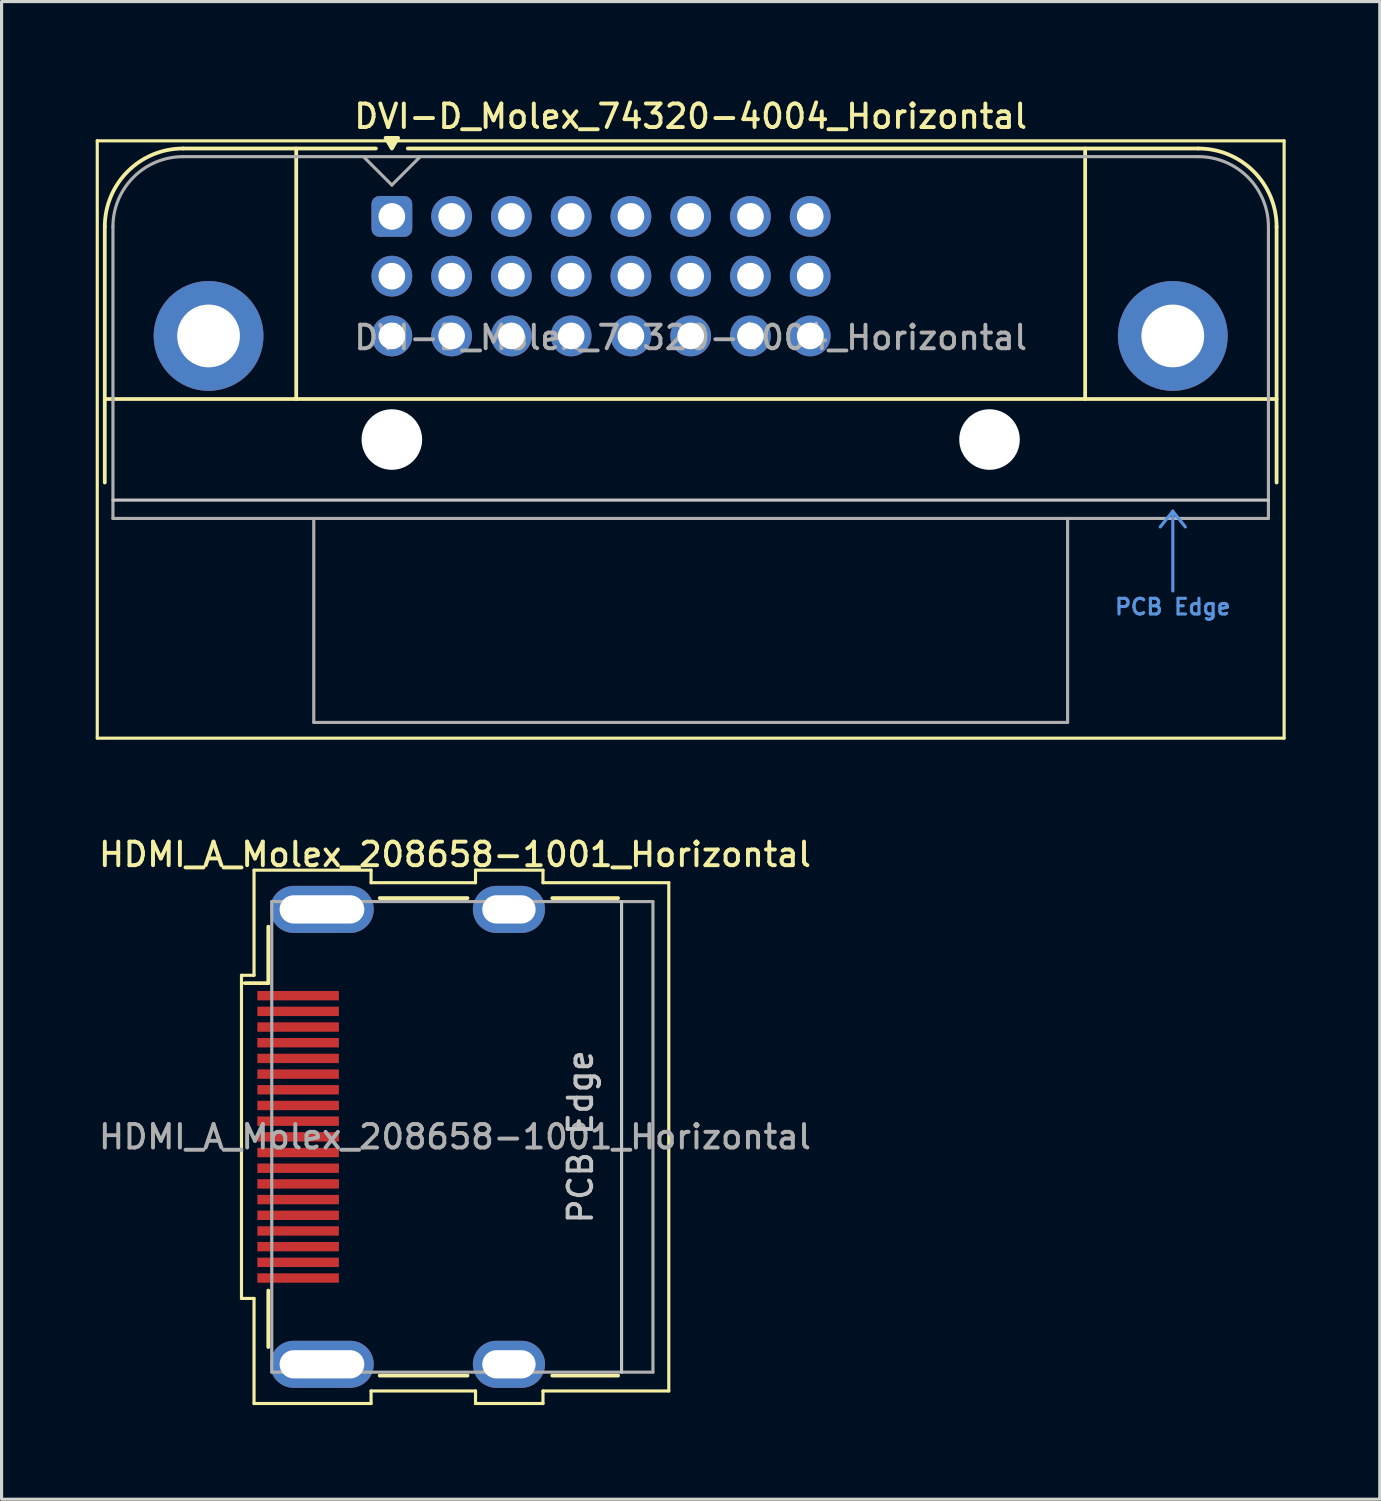
<source format=kicad_pcb>
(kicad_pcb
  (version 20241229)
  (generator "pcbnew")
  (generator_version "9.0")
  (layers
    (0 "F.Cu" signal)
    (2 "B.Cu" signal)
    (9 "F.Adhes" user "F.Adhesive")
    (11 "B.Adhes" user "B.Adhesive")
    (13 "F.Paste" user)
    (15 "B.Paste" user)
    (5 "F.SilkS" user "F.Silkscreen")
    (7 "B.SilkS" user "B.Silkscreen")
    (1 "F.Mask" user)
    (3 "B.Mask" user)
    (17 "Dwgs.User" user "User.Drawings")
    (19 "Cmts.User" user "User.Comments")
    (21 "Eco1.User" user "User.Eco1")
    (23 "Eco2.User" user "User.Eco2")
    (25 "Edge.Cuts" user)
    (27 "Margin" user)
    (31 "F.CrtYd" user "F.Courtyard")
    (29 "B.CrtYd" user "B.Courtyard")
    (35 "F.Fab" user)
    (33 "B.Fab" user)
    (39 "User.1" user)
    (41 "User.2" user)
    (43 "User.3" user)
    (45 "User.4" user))
  (footprint "DVI-D_Molex_74320-4004_Horizontal"
    (layer "F.Cu")
    (at 9.44 3.848)
    (property "Reference" "DVI-D_Molex_74320-4004_Horizontal" (at 9.525 -3.19 0) (layer "F.SilkS") (effects (font (size 0.75 0.75) (thickness 0.125))))
    (attr through_hole)
    (fp_line (start -9.39 -2.41) (end 28.44 -2.41) (stroke (width 0.1) (type solid)) (layer "F.SilkS"))
    (fp_line (start -9.39 16.63) (end -9.39 -2.41) (stroke (width 0.1) (type solid)) (layer "F.SilkS"))
    (fp_line (start -9.15 0.33) (end -9.15 8.482) (stroke (width 0.12) (type solid)) (layer "F.SilkS"))
    (fp_line (start -9.15 5.82) (end 28.2 5.82) (stroke (width 0.12) (type default)) (layer "F.SilkS"))
    (fp_line (start -6.655 -2.165) (end -0.508 -2.165) (stroke (width 0.12) (type solid)) (layer "F.SilkS"))
    (fp_line (start -3.048 -2.163) (end -3.048 5.82) (stroke (width 0.12) (type solid)) (layer "F.SilkS"))
    (fp_line (start 0.508 -2.165) (end 25.705 -2.165) (stroke (width 0.12) (type solid)) (layer "F.SilkS"))
    (fp_line (start 22.098 -2.165) (end 22.098 5.82) (stroke (width 0.12) (type solid)) (layer "F.SilkS"))
    (fp_line (start 28.2 0.33) (end 28.2 8.482) (stroke (width 0.12) (type solid)) (layer "F.SilkS"))
    (fp_line (start 28.44 -2.41) (end 28.44 16.63) (stroke (width 0.1) (type solid)) (layer "F.SilkS"))
    (fp_line (start 28.44 16.63) (end -9.39 16.63) (stroke (width 0.1) (type solid)) (layer "F.SilkS"))
    (fp_arc (start -9.15 0.3302) (mid -8.419173 -1.434173) (end -6.6548 -2.165) (stroke (width 0.12) (type solid)) (layer "F.SilkS"))
    (fp_arc (start 25.7048 -2.165) (mid 27.469173 -1.434173) (end 28.2 0.3302) (stroke (width 0.12) (type solid)) (layer "F.SilkS"))
    (fp_poly (pts (xy 0 -2.164) (xy -0.2 -2.504) (xy 0.2 -2.504) (xy 0 -2.164)) (stroke (width 0.12) (type solid)) (fill yes) (layer "F.SilkS"))
    (fp_line (start -8.89 9.042) (end 27.94 9.042) (stroke (width 0.1) (type default)) (layer "Dwgs.User"))
    (fp_line (start 24.492 9.898) (end 24.892 9.398) (stroke (width 0.1) (type default)) (layer "Cmts.User"))
    (fp_line (start 24.892 9.398) (end 24.892 11.938) (stroke (width 0.1) (type default)) (layer "Cmts.User"))
    (fp_line (start 24.892 9.398) (end 25.292 9.898) (stroke (width 0.1) (type default)) (layer "Cmts.User"))
    (fp_line (start -8.89 0.33) (end -8.89 9.627) (stroke (width 0.1) (type solid)) (layer "F.Fab"))
    (fp_line (start -8.89 9.627) (end 27.94 9.627) (stroke (width 0.1) (type solid)) (layer "F.Fab"))
    (fp_line (start -6.655 -1.905) (end 25.705 -1.905) (stroke (width 0.1) (type default)) (layer "F.Fab"))
    (fp_line (start -2.489 16.129) (end -2.489 9.627) (stroke (width 0.1) (type solid)) (layer "F.Fab"))
    (fp_line (start -2.489 16.129) (end 21.539 16.129) (stroke (width 0.1) (type solid)) (layer "F.Fab"))
    (fp_line (start 0 -1) (end -0.9 -1.9) (stroke (width 0.1) (type default)) (layer "F.Fab"))
    (fp_line (start 0.9 -1.9) (end 0 -1) (stroke (width 0.1) (type default)) (layer "F.Fab"))
    (fp_line (start 21.539 16.129) (end 21.539 9.627) (stroke (width 0.1) (type solid)) (layer "F.Fab"))
    (fp_line (start 27.94 9.627) (end 27.94 0.33) (stroke (width 0.1) (type solid)) (layer "F.Fab"))
    (fp_arc (start -8.89 0.3302) (mid -8.235325 -1.250325) (end -6.6548 -1.905) (stroke (width 0.1) (type default)) (layer "F.Fab"))
    (fp_arc (start 25.7048 -1.905) (mid 27.285325 -1.250325) (end 27.94 0.3302) (stroke (width 0.1) (type default)) (layer "F.Fab"))
    (fp_text user "PCB Edge" (at 24.892 12.446 0) (unlocked yes) (layer "Cmts.User") (effects (font (size 0.5 0.5) (thickness 0.1) (bold yes))))
    (fp_text user "${REFERENCE}" (at 9.525 3.861 0) (layer "F.Fab") (effects (font (size 0.75 0.75) (thickness 0.125))))
    (pad "" np_thru_hole circle (at 0 7.112) (size 1.93 1.93) (drill 1.93) (layers "*.Cu" "*.Mask"))
    (pad "" np_thru_hole circle (at 19.05 7.112) (size 1.93 1.93) (drill 1.93) (layers "*.Cu" "*.Mask"))
    (pad "1" thru_hole roundrect (at 0 0) (size 1.3 1.3) (drill 0.85) (layers "*.Cu" "*.Mask") (roundrect_rratio 0.192))
    (pad "2" thru_hole circle (at 1.905 0) (size 1.3 1.3) (drill 0.85) (layers "*.Cu" "*.Mask"))
    (pad "3" thru_hole circle (at 3.81 0) (size 1.3 1.3) (drill 0.85) (layers "*.Cu" "*.Mask"))
    (pad "4" thru_hole circle (at 5.715 0) (size 1.3 1.3) (drill 0.85) (layers "*.Cu" "*.Mask"))
    (pad "5" thru_hole circle (at 7.62 0) (size 1.3 1.3) (drill 0.85) (layers "*.Cu" "*.Mask"))
    (pad "6" thru_hole circle (at 9.525 0) (size 1.3 1.3) (drill 0.85) (layers "*.Cu" "*.Mask"))
    (pad "7" thru_hole circle (at 11.43 0) (size 1.3 1.3) (drill 0.85) (layers "*.Cu" "*.Mask"))
    (pad "8" thru_hole circle (at 13.335 0) (size 1.3 1.3) (drill 0.85) (layers "*.Cu" "*.Mask"))
    (pad "9" thru_hole circle (at 0 1.905) (size 1.3 1.3) (drill 0.85) (layers "*.Cu" "*.Mask"))
    (pad "10" thru_hole circle (at 1.905 1.905) (size 1.3 1.3) (drill 0.85) (layers "*.Cu" "*.Mask"))
    (pad "11" thru_hole circle (at 3.81 1.905) (size 1.3 1.3) (drill 0.85) (layers "*.Cu" "*.Mask"))
    (pad "12" thru_hole circle (at 5.715 1.905) (size 1.3 1.3) (drill 0.85) (layers "*.Cu" "*.Mask"))
    (pad "13" thru_hole circle (at 7.62 1.905) (size 1.3 1.3) (drill 0.85) (layers "*.Cu" "*.Mask"))
    (pad "14" thru_hole circle (at 9.525 1.905) (size 1.3 1.3) (drill 0.85) (layers "*.Cu" "*.Mask"))
    (pad "15" thru_hole circle (at 11.43 1.905) (size 1.3 1.3) (drill 0.85) (layers "*.Cu" "*.Mask"))
    (pad "16" thru_hole circle (at 13.335 1.905) (size 1.3 1.3) (drill 0.85) (layers "*.Cu" "*.Mask"))
    (pad "17" thru_hole circle (at 0 3.81) (size 1.3 1.3) (drill 0.85) (layers "*.Cu" "*.Mask"))
    (pad "18" thru_hole circle (at 1.905 3.81) (size 1.3 1.3) (drill 0.85) (layers "*.Cu" "*.Mask"))
    (pad "19" thru_hole circle (at 3.81 3.81) (size 1.3 1.3) (drill 0.85) (layers "*.Cu" "*.Mask"))
    (pad "20" thru_hole circle (at 5.715 3.81) (size 1.3 1.3) (drill 0.85) (layers "*.Cu" "*.Mask"))
    (pad "21" thru_hole circle (at 7.62 3.81) (size 1.3 1.3) (drill 0.85) (layers "*.Cu" "*.Mask"))
    (pad "22" thru_hole circle (at 9.525 3.81) (size 1.3 1.3) (drill 0.85) (layers "*.Cu" "*.Mask"))
    (pad "23" thru_hole circle (at 11.43 3.81) (size 1.3 1.3) (drill 0.85) (layers "*.Cu" "*.Mask"))
    (pad "24" thru_hole circle (at 13.335 3.81) (size 1.3 1.3) (drill 0.85) (layers "*.Cu" "*.Mask"))
    (pad "SH" thru_hole circle (at -5.842 3.81) (size 3.5 3.5) (drill 2) (layers "*.Cu" "*.Mask"))
    (pad "SH" thru_hole circle (at 24.892 3.81) (size 3.5 3.5) (drill 2) (layers "*.Cu" "*.Mask")))
  (footprint "HDMI_A_Molex_208658-1001_Horizontal"
    (layer "F.Cu")
    (at 9.737 33.186)
    (property "Reference" "HDMI_A_Molex_208658-1001_Horizontal" (at 1.715 -9 0) (layer "F.SilkS") (effects (font (size 0.75 0.75) (thickness 0.125))))
    (attr smd)
    (fp_line (start -5.09 5.15) (end -5.09 -5.15) (stroke (width 0.1) (type solid)) (layer "F.SilkS"))
    (fp_line (start -4.985 -4.9) (end -4.235 -4.9) (stroke (width 0.12) (type solid)) (layer "F.SilkS"))
    (fp_line (start -4.69 -5.15) (end -5.09 -5.15) (stroke (width 0.1) (type solid)) (layer "F.SilkS"))
    (fp_line (start -4.69 -5.15) (end -4.69 -8.5) (stroke (width 0.1) (type solid)) (layer "F.SilkS"))
    (fp_line (start -4.69 5.15) (end -5.09 5.15) (stroke (width 0.1) (type solid)) (layer "F.SilkS"))
    (fp_line (start -4.69 8.5) (end -4.69 5.15) (stroke (width 0.1) (type solid)) (layer "F.SilkS"))
    (fp_line (start -4.235 -4.9) (end -4.235 -6.7) (stroke (width 0.12) (type solid)) (layer "F.SilkS"))
    (fp_line (start -4.235 6.7) (end -4.235 4.9) (stroke (width 0.12) (type solid)) (layer "F.SilkS"))
    (fp_line (start -0.96 -8.5) (end -4.69 -8.5) (stroke (width 0.1) (type solid)) (layer "F.SilkS"))
    (fp_line (start -0.96 -8.1) (end -0.96 -8.5) (stroke (width 0.1) (type solid)) (layer "F.SilkS"))
    (fp_line (start -0.96 8.5) (end -4.69 8.5) (stroke (width 0.1) (type solid)) (layer "F.SilkS"))
    (fp_line (start -0.96 8.5) (end -0.96 8.1) (stroke (width 0.1) (type solid)) (layer "F.SilkS"))
    (fp_line (start -0.685 -7.61) (end 2.115 -7.61) (stroke (width 0.12) (type solid)) (layer "F.SilkS"))
    (fp_line (start -0.685 7.61) (end 2.115 7.61) (stroke (width 0.12) (type solid)) (layer "F.SilkS"))
    (fp_line (start 2.37 -8.1) (end -0.96 -8.1) (stroke (width 0.1) (type solid)) (layer "F.SilkS"))
    (fp_line (start 2.37 -8.1) (end 2.37 -8.5) (stroke (width 0.1) (type solid)) (layer "F.SilkS"))
    (fp_line (start 2.37 8.1) (end -0.96 8.1) (stroke (width 0.1) (type solid)) (layer "F.SilkS"))
    (fp_line (start 2.37 8.5) (end 2.37 8.1) (stroke (width 0.1) (type solid)) (layer "F.SilkS"))
    (fp_line (start 4.52 -8.5) (end 2.37 -8.5) (stroke (width 0.1) (type solid)) (layer "F.SilkS"))
    (fp_line (start 4.52 -8.1) (end 4.52 -8.5) (stroke (width 0.1) (type solid)) (layer "F.SilkS"))
    (fp_line (start 4.52 8.5) (end 2.37 8.5) (stroke (width 0.1) (type solid)) (layer "F.SilkS"))
    (fp_line (start 4.52 8.5) (end 4.52 8.1) (stroke (width 0.1) (type solid)) (layer "F.SilkS"))
    (fp_line (start 4.815 -7.61) (end 6.915 -7.61) (stroke (width 0.12) (type solid)) (layer "F.SilkS"))
    (fp_line (start 4.815 7.61) (end 6.915 7.61) (stroke (width 0.12) (type solid)) (layer "F.SilkS"))
    (fp_line (start 8.53 -8.1) (end 4.52 -8.1) (stroke (width 0.1) (type solid)) (layer "F.SilkS"))
    (fp_line (start 8.53 8.1) (end 4.52 8.1) (stroke (width 0.1) (type solid)) (layer "F.SilkS"))
    (fp_line (start 8.53 8.1) (end 8.53 -8.1) (stroke (width 0.1) (type solid)) (layer "F.SilkS"))
    (fp_line (start 7.025 -7.5) (end 7.025 7.5) (stroke (width 0.1) (type solid)) (layer "Dwgs.User"))
    (fp_line (start -4.125 -7.5) (end -4.125 7.5) (stroke (width 0.1) (type solid)) (layer "F.Fab"))
    (fp_line (start -4.125 -7.5) (end 8.025 -7.5) (stroke (width 0.1) (type solid)) (layer "F.Fab"))
    (fp_line (start -4.125 7.5) (end 8.025 7.5) (stroke (width 0.1) (type solid)) (layer "F.Fab"))
    (fp_line (start 8.025 -7.5) (end 8.025 7.5) (stroke (width 0.1) (type solid)) (layer "F.Fab"))
    (fp_text user "PCB Edge" (at 5.715 0 90) (layer "Dwgs.User") (effects (font (size 0.75 0.75) (thickness 0.125))))
    (fp_text user "${REFERENCE}" (at 1.715 0 0) (layer "F.Fab") (effects (font (size 0.75 0.75) (thickness 0.125))))
    (pad "1" smd rect (at -3.285 -4.5) (size 2.6 0.3) (layers "F.Cu" "F.Mask" "F.Paste"))
    (pad "2" smd rect (at -3.285 -4) (size 2.6 0.3) (layers "F.Cu" "F.Mask" "F.Paste"))
    (pad "3" smd rect (at -3.285 -3.5) (size 2.6 0.3) (layers "F.Cu" "F.Mask" "F.Paste"))
    (pad "4" smd rect (at -3.285 -3) (size 2.6 0.3) (layers "F.Cu" "F.Mask" "F.Paste"))
    (pad "5" smd rect (at -3.285 -2.5) (size 2.6 0.3) (layers "F.Cu" "F.Mask" "F.Paste"))
    (pad "6" smd rect (at -3.285 -2) (size 2.6 0.3) (layers "F.Cu" "F.Mask" "F.Paste"))
    (pad "7" smd rect (at -3.285 -1.5) (size 2.6 0.3) (layers "F.Cu" "F.Mask" "F.Paste"))
    (pad "8" smd rect (at -3.285 -1) (size 2.6 0.3) (layers "F.Cu" "F.Mask" "F.Paste"))
    (pad "9" smd rect (at -3.285 -0.5) (size 2.6 0.3) (layers "F.Cu" "F.Mask" "F.Paste"))
    (pad "10" smd rect (at -3.285 0) (size 2.6 0.3) (layers "F.Cu" "F.Mask" "F.Paste"))
    (pad "11" smd rect (at -3.285 0.5) (size 2.6 0.3) (layers "F.Cu" "F.Mask" "F.Paste"))
    (pad "12" smd rect (at -3.285 1) (size 2.6 0.3) (layers "F.Cu" "F.Mask" "F.Paste"))
    (pad "13" smd rect (at -3.285 1.5) (size 2.6 0.3) (layers "F.Cu" "F.Mask" "F.Paste"))
    (pad "14" smd rect (at -3.285 2) (size 2.6 0.3) (layers "F.Cu" "F.Mask" "F.Paste"))
    (pad "15" smd rect (at -3.285 2.5) (size 2.6 0.3) (layers "F.Cu" "F.Mask" "F.Paste"))
    (pad "16" smd rect (at -3.285 3) (size 2.6 0.3) (layers "F.Cu" "F.Mask" "F.Paste"))
    (pad "17" smd rect (at -3.285 3.5) (size 2.6 0.3) (layers "F.Cu" "F.Mask" "F.Paste"))
    (pad "18" smd rect (at -3.285 4) (size 2.6 0.3) (layers "F.Cu" "F.Mask" "F.Paste"))
    (pad "19" smd rect (at -3.285 4.5) (size 2.6 0.3) (layers "F.Cu" "F.Mask" "F.Paste"))
    (pad "SH" thru_hole oval (at -2.525 -7.25) (size 3.3 1.5) (drill oval 2.7 0.9) (layers "*.Cu" "*.Mask"))
    (pad "SH" thru_hole oval (at -2.525 7.25) (size 3.3 1.5) (drill oval 2.7 0.9) (layers "*.Cu" "*.Mask"))
    (pad "SH" thru_hole oval (at 3.435 -7.25) (size 2.3 1.5) (drill oval 1.7 0.9) (layers "*.Cu" "*.Mask"))
    (pad "SH" thru_hole oval (at 3.435 7.25) (size 2.3 1.5) (drill oval 1.7 0.9) (layers "*.Cu" "*.Mask")))
  (gr_rect
    (start -3 -3)
    (end 40.93 44.736)
    (stroke (width 0.1) (type default))
    (fill no)
    (layer "Edge.Cuts")))
</source>
